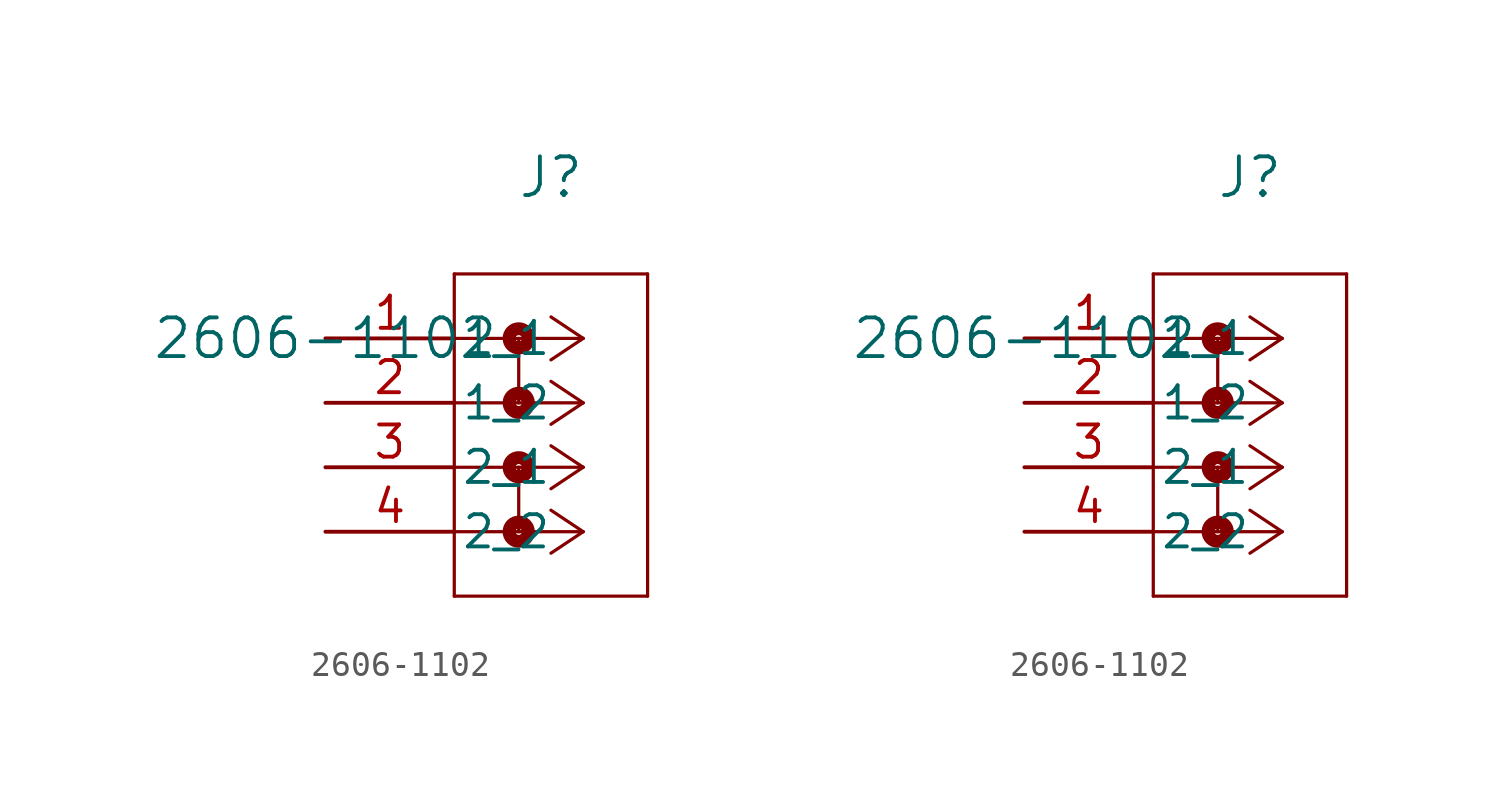
<source format=kicad_sym>
(kicad_symbol_lib
  (version 20211014)
  (generator kicad_symbol_editor)
  (symbol "2606-1102"
    (pin_names
      (offset 0.254))
    (property "Reference" "J"
      (at 8.89 6.35 0)
      (effects (font (size 1.524 1.524))))
    (property "Value" "2606-1102"
      (at 0 0 0)
      (effects (font (size 1.524 1.524))))
    (symbol "2606-1102_1_1"
      (polyline (pts (xy 10.16 0) (xy 5.08 0)) (stroke (width 0.127) (type default) (color 0 0 0 0)) (fill (type none)))
      (polyline (pts (xy 10.16 -2.54) (xy 5.08 -2.54)) (stroke (width 0.127) (type default) (color 0 0 0 0)) (fill (type none)))
      (polyline (pts (xy 10.16 -5.08) (xy 5.08 -5.08)) (stroke (width 0.127) (type default) (color 0 0 0 0)) (fill (type none)))
      (polyline (pts (xy 10.16 -7.62) (xy 5.08 -7.62)) (stroke (width 0.127) (type default) (color 0 0 0 0)) (fill (type none)))
      (polyline (pts (xy 10.16 0) (xy 8.89 0.847)) (stroke (width 0.127) (type default) (color 0 0 0 0)) (fill (type none)))
      (polyline (pts (xy 10.16 -2.54) (xy 8.89 -1.693)) (stroke (width 0.127) (type default) (color 0 0 0 0)) (fill (type none)))
      (polyline (pts (xy 10.16 -5.08) (xy 8.89 -4.233)) (stroke (width 0.127) (type default) (color 0 0 0 0)) (fill (type none)))
      (polyline (pts (xy 10.16 -7.62) (xy 8.89 -6.773)) (stroke (width 0.127) (type default) (color 0 0 0 0)) (fill (type none)))
      (polyline (pts (xy 10.16 0) (xy 8.89 -0.847)) (stroke (width 0.127) (type default) (color 0 0 0 0)) (fill (type none)))
      (polyline (pts (xy 10.16 -2.54) (xy 8.89 -3.387)) (stroke (width 0.127) (type default) (color 0 0 0 0)) (fill (type none)))
      (polyline (pts (xy 10.16 -5.08) (xy 8.89 -5.927)) (stroke (width 0.127) (type default) (color 0 0 0 0)) (fill (type none)))
      (polyline (pts (xy 10.16 -7.62) (xy 8.89 -8.467)) (stroke (width 0.127) (type default) (color 0 0 0 0)) (fill (type none)))
      (polyline (pts (xy 5.08 2.54) (xy 5.08 -10.16)) (stroke (width 0.127) (type default) (color 0 0 0 0)) (fill (type none)))
      (polyline (pts (xy 5.08 -10.16) (xy 12.7 -10.16)) (stroke (width 0.127) (type default) (color 0 0 0 0)) (fill (type none)))
      (polyline (pts (xy 12.7 -10.16) (xy 12.7 2.54)) (stroke (width 0.127) (type default) (color 0 0 0 0)) (fill (type none)))
      (polyline (pts (xy 12.7 2.54) (xy 5.08 2.54)) (stroke (width 0.127) (type default) (color 0 0 0 0)) (fill (type none)))
      (circle (center 7.62 0) (radius 0.127) (stroke (width 0.508) (type default) (color 0 0 0 0)) (fill (type none)))
      (polyline (pts (xy 7.62 0) (xy 7.62 -2.54)) (stroke (width 0.127) (type default) (color 0 0 0 0)) (fill (type none)))
      (circle (center 7.62 -2.54) (radius 0.127) (stroke (width 0.508) (type default) (color 0 0 0 0)) (fill (type none)))
      (circle (center 7.62 -5.08) (radius 0.127) (stroke (width 0.508) (type default) (color 0 0 0 0)) (fill (type none)))
      (polyline (pts (xy 7.62 -5.08) (xy 7.62 -7.62)) (stroke (width 0.127) (type default) (color 0 0 0 0)) (fill (type none)))
      (circle (center 7.62 -7.62) (radius 0.127) (stroke (width 0.508) (type default) (color 0 0 0 0)) (fill (type none)))
      (pin unspecified line (at 0 0 0) (length 5.08) (name "1_1" (effects (font (size 1.27 1.27)))) (number "1" (effects (font (size 1.27 1.27)))))
      (pin unspecified line (at 0 -2.54 0) (length 5.08) (name "1_2" (effects (font (size 1.27 1.27)))) (number "2" (effects (font (size 1.27 1.27)))))
      (pin unspecified line (at 0 -5.08 0) (length 5.08) (name "2_1" (effects (font (size 1.27 1.27)))) (number "3" (effects (font (size 1.27 1.27)))))
      (pin unspecified line (at 0 -7.62 0) (length 5.08) (name "2_2" (effects (font (size 1.27 1.27)))) (number "4" (effects (font (size 1.27 1.27))))))
    (symbol "2606-1102_1_2"
      (polyline (pts (xy 10.16 0) (xy 5.08 0)) (stroke (width 0.127) (type default) (color 0 0 0 0)) (fill (type none)))
      (polyline (pts (xy 10.16 -2.54) (xy 5.08 -2.54)) (stroke (width 0.127) (type default) (color 0 0 0 0)) (fill (type none)))
      (polyline (pts (xy 10.16 -5.08) (xy 5.08 -5.08)) (stroke (width 0.127) (type default) (color 0 0 0 0)) (fill (type none)))
      (polyline (pts (xy 10.16 -7.62) (xy 5.08 -7.62)) (stroke (width 0.127) (type default) (color 0 0 0 0)) (fill (type none)))
      (polyline (pts (xy 10.16 0) (xy 8.89 0.847)) (stroke (width 0.127) (type default) (color 0 0 0 0)) (fill (type none)))
      (polyline (pts (xy 10.16 -2.54) (xy 8.89 -1.693)) (stroke (width 0.127) (type default) (color 0 0 0 0)) (fill (type none)))
      (polyline (pts (xy 10.16 -5.08) (xy 8.89 -4.233)) (stroke (width 0.127) (type default) (color 0 0 0 0)) (fill (type none)))
      (polyline (pts (xy 10.16 -7.62) (xy 8.89 -6.773)) (stroke (width 0.127) (type default) (color 0 0 0 0)) (fill (type none)))
      (polyline (pts (xy 10.16 0) (xy 8.89 -0.847)) (stroke (width 0.127) (type default) (color 0 0 0 0)) (fill (type none)))
      (polyline (pts (xy 10.16 -2.54) (xy 8.89 -3.387)) (stroke (width 0.127) (type default) (color 0 0 0 0)) (fill (type none)))
      (polyline (pts (xy 10.16 -5.08) (xy 8.89 -5.927)) (stroke (width 0.127) (type default) (color 0 0 0 0)) (fill (type none)))
      (polyline (pts (xy 10.16 -7.62) (xy 8.89 -8.467)) (stroke (width 0.127) (type default) (color 0 0 0 0)) (fill (type none)))
      (polyline (pts (xy 5.08 2.54) (xy 5.08 -10.16)) (stroke (width 0.127) (type default) (color 0 0 0 0)) (fill (type none)))
      (polyline (pts (xy 5.08 -10.16) (xy 12.7 -10.16)) (stroke (width 0.127) (type default) (color 0 0 0 0)) (fill (type none)))
      (polyline (pts (xy 12.7 -10.16) (xy 12.7 2.54)) (stroke (width 0.127) (type default) (color 0 0 0 0)) (fill (type none)))
      (polyline (pts (xy 12.7 2.54) (xy 5.08 2.54)) (stroke (width 0.127) (type default) (color 0 0 0 0)) (fill (type none)))
      (circle (center 7.62 0) (radius 0.127) (stroke (width 0.508) (type default) (color 0 0 0 0)) (fill (type none)))
      (polyline (pts (xy 7.62 0) (xy 7.62 -2.54)) (stroke (width 0.127) (type default) (color 0 0 0 0)) (fill (type none)))
      (circle (center 7.62 -2.54) (radius 0.127) (stroke (width 0.508) (type default) (color 0 0 0 0)) (fill (type none)))
      (circle (center 7.62 -5.08) (radius 0.127) (stroke (width 0.508) (type default) (color 0 0 0 0)) (fill (type none)))
      (polyline (pts (xy 7.62 -5.08) (xy 7.62 -7.62)) (stroke (width 0.127) (type default) (color 0 0 0 0)) (fill (type none)))
      (circle (center 7.62 -7.62) (radius 0.127) (stroke (width 0.508) (type default) (color 0 0 0 0)) (fill (type none)))
      (pin unspecified line (at 0 0 0) (length 5.08) (name "1_1" (effects (font (size 1.27 1.27)))) (number "1" (effects (font (size 1.27 1.27)))))
      (pin unspecified line (at 0 -2.54 0) (length 5.08) (name "1_2" (effects (font (size 1.27 1.27)))) (number "2" (effects (font (size 1.27 1.27)))))
      (pin unspecified line (at 0 -5.08 0) (length 5.08) (name "2_1" (effects (font (size 1.27 1.27)))) (number "3" (effects (font (size 1.27 1.27)))))
      (pin unspecified line (at 0 -7.62 0) (length 5.08) (name "2_2" (effects (font (size 1.27 1.27)))) (number "4" (effects (font (size 1.27 1.27))))))))
</source>
